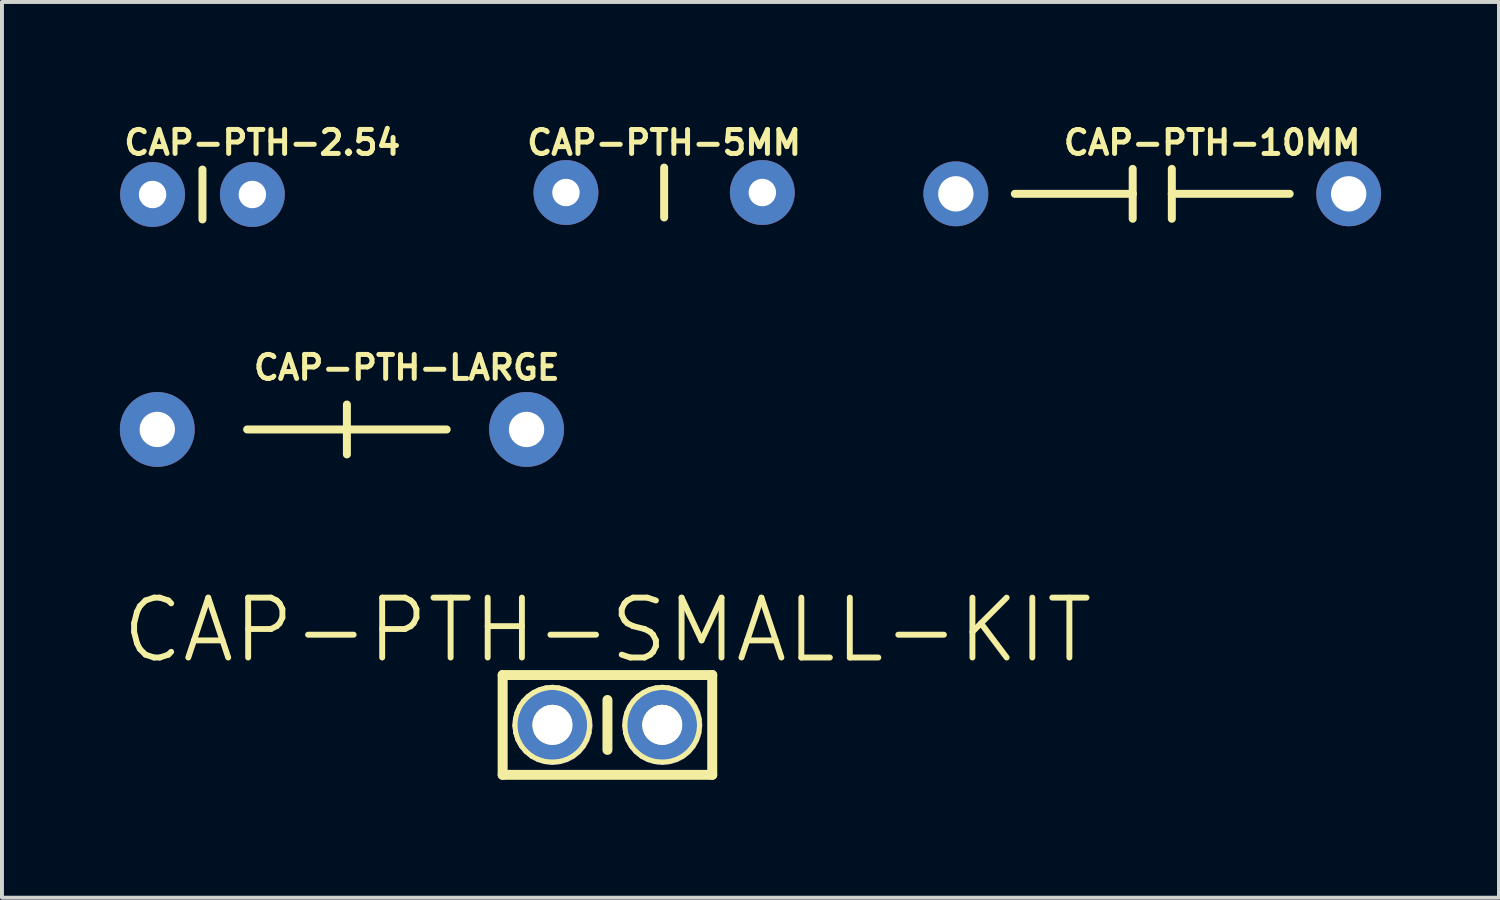
<source format=kicad_pcb>
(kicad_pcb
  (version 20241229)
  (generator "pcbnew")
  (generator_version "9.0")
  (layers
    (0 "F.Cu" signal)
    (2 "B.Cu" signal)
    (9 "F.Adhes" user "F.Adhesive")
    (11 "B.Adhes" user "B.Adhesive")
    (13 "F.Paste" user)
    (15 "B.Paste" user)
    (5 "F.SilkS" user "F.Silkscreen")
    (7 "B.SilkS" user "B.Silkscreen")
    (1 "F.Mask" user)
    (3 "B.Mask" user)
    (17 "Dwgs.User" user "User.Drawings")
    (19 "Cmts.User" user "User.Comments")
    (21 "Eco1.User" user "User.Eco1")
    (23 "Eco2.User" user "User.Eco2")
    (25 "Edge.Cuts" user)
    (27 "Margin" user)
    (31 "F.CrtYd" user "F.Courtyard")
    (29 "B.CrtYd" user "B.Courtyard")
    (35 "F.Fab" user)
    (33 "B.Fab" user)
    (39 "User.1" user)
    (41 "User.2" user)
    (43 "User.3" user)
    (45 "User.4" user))
  (footprint "CAP-PTH-SMALL-KIT"
    (layer "F.Cu")
    (at 12.41 15.4)
    (property "Reference" "CAP-PTH-SMALL-KIT" (at 0 -2.413 0) (layer "F.SilkS") (effects (font (size 1.524 1.524) (thickness 0.15))))
    (attr exclude_from_pos_files exclude_from_bom)
    (fp_line (start -2.667 -1.27) (end 2.667 -1.27) (stroke (width 0.254) (type solid)) (layer "F.SilkS"))
    (fp_line (start -2.667 1.27) (end -2.667 -1.27) (stroke (width 0.254) (type solid)) (layer "F.SilkS"))
    (fp_line (start -2.355 0.018) (end -2.342 -0.147) (stroke (width 0.127) (type solid)) (layer "F.SilkS"))
    (fp_line (start -2.342 -0.147) (end -2.301 -0.312) (stroke (width 0.127) (type solid)) (layer "F.SilkS"))
    (fp_line (start -2.334 0.201) (end -2.355 0.018) (stroke (width 0.127) (type solid)) (layer "F.SilkS"))
    (fp_line (start -2.301 -0.312) (end -2.233 -0.465) (stroke (width 0.127) (type solid)) (layer "F.SilkS"))
    (fp_line (start -2.278 0.376) (end -2.334 0.201) (stroke (width 0.127) (type solid)) (layer "F.SilkS"))
    (fp_line (start -2.233 -0.465) (end -2.139 -0.602) (stroke (width 0.127) (type solid)) (layer "F.SilkS"))
    (fp_line (start -2.189 0.538) (end -2.278 0.376) (stroke (width 0.127) (type solid)) (layer "F.SilkS"))
    (fp_line (start -2.139 -0.602) (end -2.019 -0.724) (stroke (width 0.127) (type solid)) (layer "F.SilkS"))
    (fp_line (start -2.07 0.678) (end -2.189 0.538) (stroke (width 0.127) (type solid)) (layer "F.SilkS"))
    (fp_line (start -2.019 -0.724) (end -1.885 -0.82) (stroke (width 0.127) (type solid)) (layer "F.SilkS"))
    (fp_line (start -1.925 0.795) (end -2.07 0.678) (stroke (width 0.127) (type solid)) (layer "F.SilkS"))
    (fp_line (start -1.885 -0.82) (end -1.732 -0.894) (stroke (width 0.127) (type solid)) (layer "F.SilkS"))
    (fp_line (start -1.847 0.015) (end -1.839 -0.086) (stroke (width 0.127) (type solid)) (layer "F.SilkS"))
    (fp_line (start -1.839 -0.086) (end -1.808 -0.183) (stroke (width 0.127) (type solid)) (layer "F.SilkS"))
    (fp_line (start -1.834 0.109) (end -1.847 0.015) (stroke (width 0.127) (type solid)) (layer "F.SilkS"))
    (fp_line (start -1.808 -0.183) (end -1.755 -0.269) (stroke (width 0.127) (type solid)) (layer "F.SilkS"))
    (fp_line (start -1.801 0.201) (end -1.834 0.109) (stroke (width 0.127) (type solid)) (layer "F.SilkS"))
    (fp_line (start -1.763 0.879) (end -1.925 0.795) (stroke (width 0.127) (type solid)) (layer "F.SilkS"))
    (fp_line (start -1.755 -0.269) (end -1.684 -0.343) (stroke (width 0.127) (type solid)) (layer "F.SilkS"))
    (fp_line (start -1.748 0.282) (end -1.801 0.201) (stroke (width 0.127) (type solid)) (layer "F.SilkS"))
    (fp_line (start -1.732 -0.894) (end -1.57 -0.94) (stroke (width 0.127) (type solid)) (layer "F.SilkS"))
    (fp_line (start -1.684 -0.343) (end -1.6 -0.401) (stroke (width 0.127) (type solid)) (layer "F.SilkS"))
    (fp_line (start -1.676 0.351) (end -1.748 0.282) (stroke (width 0.127) (type solid)) (layer "F.SilkS"))
    (fp_line (start -1.6 -0.401) (end -1.504 -0.437) (stroke (width 0.127) (type solid)) (layer "F.SilkS"))
    (fp_line (start -1.593 0.399) (end -1.676 0.351) (stroke (width 0.127) (type solid)) (layer "F.SilkS"))
    (fp_line (start -1.585 0.93) (end -1.763 0.879) (stroke (width 0.127) (type solid)) (layer "F.SilkS"))
    (fp_line (start -1.57 -0.94) (end -1.402 -0.958) (stroke (width 0.127) (type solid)) (layer "F.SilkS"))
    (fp_line (start -1.504 -0.437) (end -1.402 -0.45) (stroke (width 0.127) (type solid)) (layer "F.SilkS"))
    (fp_line (start -1.501 0.429) (end -1.593 0.399) (stroke (width 0.127) (type solid)) (layer "F.SilkS"))
    (fp_line (start -1.402 -0.958) (end -1.237 -0.94) (stroke (width 0.127) (type solid)) (layer "F.SilkS"))
    (fp_line (start -1.402 -0.45) (end -1.303 -0.437) (stroke (width 0.127) (type solid)) (layer "F.SilkS"))
    (fp_line (start -1.402 0.439) (end -1.501 0.429) (stroke (width 0.127) (type solid)) (layer "F.SilkS"))
    (fp_line (start -1.402 0.947) (end -1.585 0.93) (stroke (width 0.127) (type solid)) (layer "F.SilkS"))
    (fp_line (start -1.306 0.429) (end -1.402 0.439) (stroke (width 0.127) (type solid)) (layer "F.SilkS"))
    (fp_line (start -1.303 -0.437) (end -1.209 -0.404) (stroke (width 0.127) (type solid)) (layer "F.SilkS"))
    (fp_line (start -1.237 -0.94) (end -1.074 -0.894) (stroke (width 0.127) (type solid)) (layer "F.SilkS"))
    (fp_line (start -1.217 0.93) (end -1.402 0.947) (stroke (width 0.127) (type solid)) (layer "F.SilkS"))
    (fp_line (start -1.212 0.396) (end -1.306 0.429) (stroke (width 0.127) (type solid)) (layer "F.SilkS"))
    (fp_line (start -1.209 -0.404) (end -1.125 -0.348) (stroke (width 0.127) (type solid)) (layer "F.SilkS"))
    (fp_line (start -1.13 0.345) (end -1.212 0.396) (stroke (width 0.127) (type solid)) (layer "F.SilkS"))
    (fp_line (start -1.125 -0.348) (end -1.054 -0.274) (stroke (width 0.127) (type solid)) (layer "F.SilkS"))
    (fp_line (start -1.074 -0.894) (end -0.922 -0.82) (stroke (width 0.127) (type solid)) (layer "F.SilkS"))
    (fp_line (start -1.059 0.277) (end -1.13 0.345) (stroke (width 0.127) (type solid)) (layer "F.SilkS"))
    (fp_line (start -1.054 -0.274) (end -1.003 -0.191) (stroke (width 0.127) (type solid)) (layer "F.SilkS"))
    (fp_line (start -1.041 0.879) (end -1.217 0.93) (stroke (width 0.127) (type solid)) (layer "F.SilkS"))
    (fp_line (start -1.006 0.193) (end -1.059 0.277) (stroke (width 0.127) (type solid)) (layer "F.SilkS"))
    (fp_line (start -1.003 -0.191) (end -0.97 -0.094) (stroke (width 0.127) (type solid)) (layer "F.SilkS"))
    (fp_line (start -0.973 0.102) (end -1.006 0.193) (stroke (width 0.127) (type solid)) (layer "F.SilkS"))
    (fp_line (start -0.97 -0.094) (end -0.963 0.005) (stroke (width 0.127) (type solid)) (layer "F.SilkS"))
    (fp_line (start -0.963 0.005) (end -0.973 0.102) (stroke (width 0.127) (type solid)) (layer "F.SilkS"))
    (fp_line (start -0.922 -0.82) (end -0.787 -0.721) (stroke (width 0.127) (type solid)) (layer "F.SilkS"))
    (fp_line (start -0.879 0.795) (end -1.041 0.879) (stroke (width 0.127) (type solid)) (layer "F.SilkS"))
    (fp_line (start -0.787 -0.721) (end -0.671 -0.602) (stroke (width 0.127) (type solid)) (layer "F.SilkS"))
    (fp_line (start -0.734 0.678) (end -0.879 0.795) (stroke (width 0.127) (type solid)) (layer "F.SilkS"))
    (fp_line (start -0.671 -0.602) (end -0.577 -0.462) (stroke (width 0.127) (type solid)) (layer "F.SilkS"))
    (fp_line (start -0.617 0.538) (end -0.734 0.678) (stroke (width 0.127) (type solid)) (layer "F.SilkS"))
    (fp_line (start -0.577 -0.462) (end -0.505 -0.31) (stroke (width 0.127) (type solid)) (layer "F.SilkS"))
    (fp_line (start -0.528 0.376) (end -0.617 0.538) (stroke (width 0.127) (type solid)) (layer "F.SilkS"))
    (fp_line (start -0.505 -0.31) (end -0.465 -0.145) (stroke (width 0.127) (type solid)) (layer "F.SilkS"))
    (fp_line (start -0.472 0.201) (end -0.528 0.376) (stroke (width 0.127) (type solid)) (layer "F.SilkS"))
    (fp_line (start -0.465 -0.145) (end -0.452 0.02) (stroke (width 0.127) (type solid)) (layer "F.SilkS"))
    (fp_line (start -0.452 0.02) (end -0.472 0.201) (stroke (width 0.127) (type solid)) (layer "F.SilkS"))
    (fp_line (start 0 -0.635) (end 0 0.635) (stroke (width 0.254) (type solid)) (layer "F.SilkS"))
    (fp_line (start 0.442 0.018) (end 0.455 -0.147) (stroke (width 0.127) (type solid)) (layer "F.SilkS"))
    (fp_line (start 0.455 -0.147) (end 0.495 -0.312) (stroke (width 0.127) (type solid)) (layer "F.SilkS"))
    (fp_line (start 0.462 0.201) (end 0.442 0.018) (stroke (width 0.127) (type solid)) (layer "F.SilkS"))
    (fp_line (start 0.495 -0.312) (end 0.564 -0.465) (stroke (width 0.127) (type solid)) (layer "F.SilkS"))
    (fp_line (start 0.518 0.376) (end 0.462 0.201) (stroke (width 0.127) (type solid)) (layer "F.SilkS"))
    (fp_line (start 0.564 -0.465) (end 0.658 -0.602) (stroke (width 0.127) (type solid)) (layer "F.SilkS"))
    (fp_line (start 0.607 0.538) (end 0.518 0.376) (stroke (width 0.127) (type solid)) (layer "F.SilkS"))
    (fp_line (start 0.658 -0.602) (end 0.777 -0.724) (stroke (width 0.127) (type solid)) (layer "F.SilkS"))
    (fp_line (start 0.726 0.678) (end 0.607 0.538) (stroke (width 0.127) (type solid)) (layer "F.SilkS"))
    (fp_line (start 0.777 -0.724) (end 0.912 -0.82) (stroke (width 0.127) (type solid)) (layer "F.SilkS"))
    (fp_line (start 0.871 0.795) (end 0.726 0.678) (stroke (width 0.127) (type solid)) (layer "F.SilkS"))
    (fp_line (start 0.912 -0.82) (end 1.064 -0.894) (stroke (width 0.127) (type solid)) (layer "F.SilkS"))
    (fp_line (start 0.95 0.015) (end 0.958 -0.086) (stroke (width 0.127) (type solid)) (layer "F.SilkS"))
    (fp_line (start 0.958 -0.086) (end 0.988 -0.183) (stroke (width 0.127) (type solid)) (layer "F.SilkS"))
    (fp_line (start 0.963 0.109) (end 0.95 0.015) (stroke (width 0.127) (type solid)) (layer "F.SilkS"))
    (fp_line (start 0.988 -0.183) (end 1.041 -0.269) (stroke (width 0.127) (type solid)) (layer "F.SilkS"))
    (fp_line (start 0.996 0.201) (end 0.963 0.109) (stroke (width 0.127) (type solid)) (layer "F.SilkS"))
    (fp_line (start 1.034 0.879) (end 0.871 0.795) (stroke (width 0.127) (type solid)) (layer "F.SilkS"))
    (fp_line (start 1.041 -0.269) (end 1.113 -0.343) (stroke (width 0.127) (type solid)) (layer "F.SilkS"))
    (fp_line (start 1.049 0.282) (end 0.996 0.201) (stroke (width 0.127) (type solid)) (layer "F.SilkS"))
    (fp_line (start 1.064 -0.894) (end 1.227 -0.94) (stroke (width 0.127) (type solid)) (layer "F.SilkS"))
    (fp_line (start 1.113 -0.343) (end 1.196 -0.401) (stroke (width 0.127) (type solid)) (layer "F.SilkS"))
    (fp_line (start 1.12 0.351) (end 1.049 0.282) (stroke (width 0.127) (type solid)) (layer "F.SilkS"))
    (fp_line (start 1.196 -0.401) (end 1.293 -0.437) (stroke (width 0.127) (type solid)) (layer "F.SilkS"))
    (fp_line (start 1.204 0.399) (end 1.12 0.351) (stroke (width 0.127) (type solid)) (layer "F.SilkS"))
    (fp_line (start 1.212 0.93) (end 1.034 0.879) (stroke (width 0.127) (type solid)) (layer "F.SilkS"))
    (fp_line (start 1.227 -0.94) (end 1.394 -0.958) (stroke (width 0.127) (type solid)) (layer "F.SilkS"))
    (fp_line (start 1.293 -0.437) (end 1.394 -0.45) (stroke (width 0.127) (type solid)) (layer "F.SilkS"))
    (fp_line (start 1.295 0.429) (end 1.204 0.399) (stroke (width 0.127) (type solid)) (layer "F.SilkS"))
    (fp_line (start 1.394 -0.958) (end 1.56 -0.94) (stroke (width 0.127) (type solid)) (layer "F.SilkS"))
    (fp_line (start 1.394 -0.45) (end 1.494 -0.437) (stroke (width 0.127) (type solid)) (layer "F.SilkS"))
    (fp_line (start 1.394 0.439) (end 1.295 0.429) (stroke (width 0.127) (type solid)) (layer "F.SilkS"))
    (fp_line (start 1.397 0.947) (end 1.212 0.93) (stroke (width 0.127) (type solid)) (layer "F.SilkS"))
    (fp_line (start 1.491 0.429) (end 1.394 0.439) (stroke (width 0.127) (type solid)) (layer "F.SilkS"))
    (fp_line (start 1.494 -0.437) (end 1.587 -0.404) (stroke (width 0.127) (type solid)) (layer "F.SilkS"))
    (fp_line (start 1.56 -0.94) (end 1.722 -0.894) (stroke (width 0.127) (type solid)) (layer "F.SilkS"))
    (fp_line (start 1.58 0.93) (end 1.397 0.947) (stroke (width 0.127) (type solid)) (layer "F.SilkS"))
    (fp_line (start 1.585 0.396) (end 1.491 0.429) (stroke (width 0.127) (type solid)) (layer "F.SilkS"))
    (fp_line (start 1.587 -0.404) (end 1.671 -0.348) (stroke (width 0.127) (type solid)) (layer "F.SilkS"))
    (fp_line (start 1.666 0.345) (end 1.585 0.396) (stroke (width 0.127) (type solid)) (layer "F.SilkS"))
    (fp_line (start 1.671 -0.348) (end 1.742 -0.274) (stroke (width 0.127) (type solid)) (layer "F.SilkS"))
    (fp_line (start 1.722 -0.894) (end 1.875 -0.82) (stroke (width 0.127) (type solid)) (layer "F.SilkS"))
    (fp_line (start 1.737 0.277) (end 1.666 0.345) (stroke (width 0.127) (type solid)) (layer "F.SilkS"))
    (fp_line (start 1.742 -0.274) (end 1.793 -0.191) (stroke (width 0.127) (type solid)) (layer "F.SilkS"))
    (fp_line (start 1.755 0.879) (end 1.58 0.93) (stroke (width 0.127) (type solid)) (layer "F.SilkS"))
    (fp_line (start 1.791 0.193) (end 1.737 0.277) (stroke (width 0.127) (type solid)) (layer "F.SilkS"))
    (fp_line (start 1.793 -0.191) (end 1.826 -0.094) (stroke (width 0.127) (type solid)) (layer "F.SilkS"))
    (fp_line (start 1.824 0.102) (end 1.791 0.193) (stroke (width 0.127) (type solid)) (layer "F.SilkS"))
    (fp_line (start 1.826 -0.094) (end 1.834 0.005) (stroke (width 0.127) (type solid)) (layer "F.SilkS"))
    (fp_line (start 1.834 0.005) (end 1.824 0.102) (stroke (width 0.127) (type solid)) (layer "F.SilkS"))
    (fp_line (start 1.875 -0.82) (end 2.009 -0.721) (stroke (width 0.127) (type solid)) (layer "F.SilkS"))
    (fp_line (start 1.918 0.795) (end 1.755 0.879) (stroke (width 0.127) (type solid)) (layer "F.SilkS"))
    (fp_line (start 2.009 -0.721) (end 2.126 -0.602) (stroke (width 0.127) (type solid)) (layer "F.SilkS"))
    (fp_line (start 2.062 0.678) (end 1.918 0.795) (stroke (width 0.127) (type solid)) (layer "F.SilkS"))
    (fp_line (start 2.126 -0.602) (end 2.22 -0.462) (stroke (width 0.127) (type solid)) (layer "F.SilkS"))
    (fp_line (start 2.179 0.538) (end 2.062 0.678) (stroke (width 0.127) (type solid)) (layer "F.SilkS"))
    (fp_line (start 2.22 -0.462) (end 2.291 -0.31) (stroke (width 0.127) (type solid)) (layer "F.SilkS"))
    (fp_line (start 2.268 0.376) (end 2.179 0.538) (stroke (width 0.127) (type solid)) (layer "F.SilkS"))
    (fp_line (start 2.291 -0.31) (end 2.332 -0.145) (stroke (width 0.127) (type solid)) (layer "F.SilkS"))
    (fp_line (start 2.324 0.201) (end 2.268 0.376) (stroke (width 0.127) (type solid)) (layer "F.SilkS"))
    (fp_line (start 2.332 -0.145) (end 2.344 0.02) (stroke (width 0.127) (type solid)) (layer "F.SilkS"))
    (fp_line (start 2.344 0.02) (end 2.324 0.201) (stroke (width 0.127) (type solid)) (layer "F.SilkS"))
    (fp_line (start 2.667 -1.27) (end 2.667 1.27) (stroke (width 0.254) (type solid)) (layer "F.SilkS"))
    (fp_line (start 2.667 1.27) (end -2.667 1.27) (stroke (width 0.254) (type solid)) (layer "F.SilkS"))
    (pad "1" thru_hole circle (at -1.397 0) (size 2.032 2.032) (drill 1.016) (layers "*.Cu" "*.Paste" "*.Mask"))
    (pad "2" thru_hole circle (at 1.397 0) (size 2.032 2.032) (drill 1.016) (layers "*.Cu" "*.Paste" "*.Mask")))
  (footprint "CAP-PTH-2.54"
    (layer "F.Cu")
    (at 2.103 1.9)
    (property "Reference" "CAP-PTH-2.54" (at 1.524 -1.321 0) (layer "F.SilkS") (effects (font (size 0.61 0.61) (thickness 0.127))))
    (attr exclude_from_pos_files exclude_from_bom)
    (fp_line (start 0 -0.635) (end 0 0.635) (stroke (width 0.203) (type solid)) (layer "F.SilkS"))
    (pad "1" thru_hole circle (at -1.27 0) (size 1.651 1.651) (drill 0.699) (layers "*.Cu" "*.Paste" "*.Mask"))
    (pad "2" thru_hole circle (at 1.27 0) (size 1.651 1.651) (drill 0.699) (layers "*.Cu" "*.Paste" "*.Mask")))
  (footprint "CAP-PTH-5MM"
    (layer "F.Cu")
    (at 13.853 1.85)
    (property "Reference" "CAP-PTH-5MM" (at 0 -1.27 0) (layer "F.SilkS") (effects (font (size 0.61 0.61) (thickness 0.127))))
    (attr exclude_from_pos_files exclude_from_bom)
    (fp_line (start 0 -0.635) (end 0 0.635) (stroke (width 0.203) (type solid)) (layer "F.SilkS"))
    (pad "1" thru_hole circle (at -2.499 0) (size 1.651 1.651) (drill 0.699) (layers "*.Cu" "*.Paste" "*.Mask"))
    (pad "2" thru_hole circle (at 2.499 0) (size 1.651 1.651) (drill 0.699) (layers "*.Cu" "*.Paste" "*.Mask")))
  (footprint "CAP-PTH-LARGE"
    (layer "F.Cu")
    (at 5.779 7.88)
    (property "Reference" "CAP-PTH-LARGE" (at 1.524 -1.575 0) (layer "F.SilkS") (effects (font (size 0.61 0.61) (thickness 0.127))))
    (attr exclude_from_pos_files exclude_from_bom)
    (fp_line (start 0 -0.635) (end 0 0) (stroke (width 0.203) (type solid)) (layer "F.SilkS"))
    (fp_line (start 0 0) (end -2.54 0) (stroke (width 0.203) (type solid)) (layer "F.SilkS"))
    (fp_line (start 0 0) (end 0 0.635) (stroke (width 0.203) (type solid)) (layer "F.SilkS"))
    (fp_line (start 0 0) (end 2.54 0) (stroke (width 0.203) (type solid)) (layer "F.SilkS"))
    (pad "1" thru_hole circle (at -4.826 0) (size 1.905 1.905) (drill 0.899) (layers "*.Cu" "*.Paste" "*.Mask"))
    (pad "2" thru_hole circle (at 4.572 0) (size 1.905 1.905) (drill 0.899) (layers "*.Cu" "*.Paste" "*.Mask")))
  (footprint "CAP-PTH-10MM"
    (layer "F.Cu")
    (at 26.276 1.883)
    (property "Reference" "CAP-PTH-10MM" (at 1.524 -1.303 0) (layer "F.SilkS") (effects (font (size 0.61 0.61) (thickness 0.127))))
    (attr exclude_from_pos_files exclude_from_bom)
    (fp_line (start -0.498 -0.635) (end -0.498 0) (stroke (width 0.203) (type solid)) (layer "F.SilkS"))
    (fp_line (start -0.498 0) (end -3.498 0) (stroke (width 0.203) (type solid)) (layer "F.SilkS"))
    (fp_line (start -0.498 0) (end -0.498 0.635) (stroke (width 0.203) (type solid)) (layer "F.SilkS"))
    (fp_line (start 0.498 -0.635) (end 0.498 0) (stroke (width 0.203) (type solid)) (layer "F.SilkS"))
    (fp_line (start 0.498 0) (end 0.498 0.635) (stroke (width 0.203) (type solid)) (layer "F.SilkS"))
    (fp_line (start 0.498 0) (end 3.498 0) (stroke (width 0.203) (type solid)) (layer "F.SilkS"))
    (pad "1" thru_hole circle (at -4.999 0) (size 1.651 1.651) (drill 0.899) (layers "*.Cu" "*.Paste" "*.Mask"))
    (pad "2" thru_hole circle (at 4.999 0) (size 1.651 1.651) (drill 0.899) (layers "*.Cu" "*.Paste" "*.Mask")))
  (gr_rect
    (start -3 -3)
    (end 35.1 19.797)
    (stroke (width 0.1) (type default))
    (fill no)
    (layer "Edge.Cuts")))
</source>
